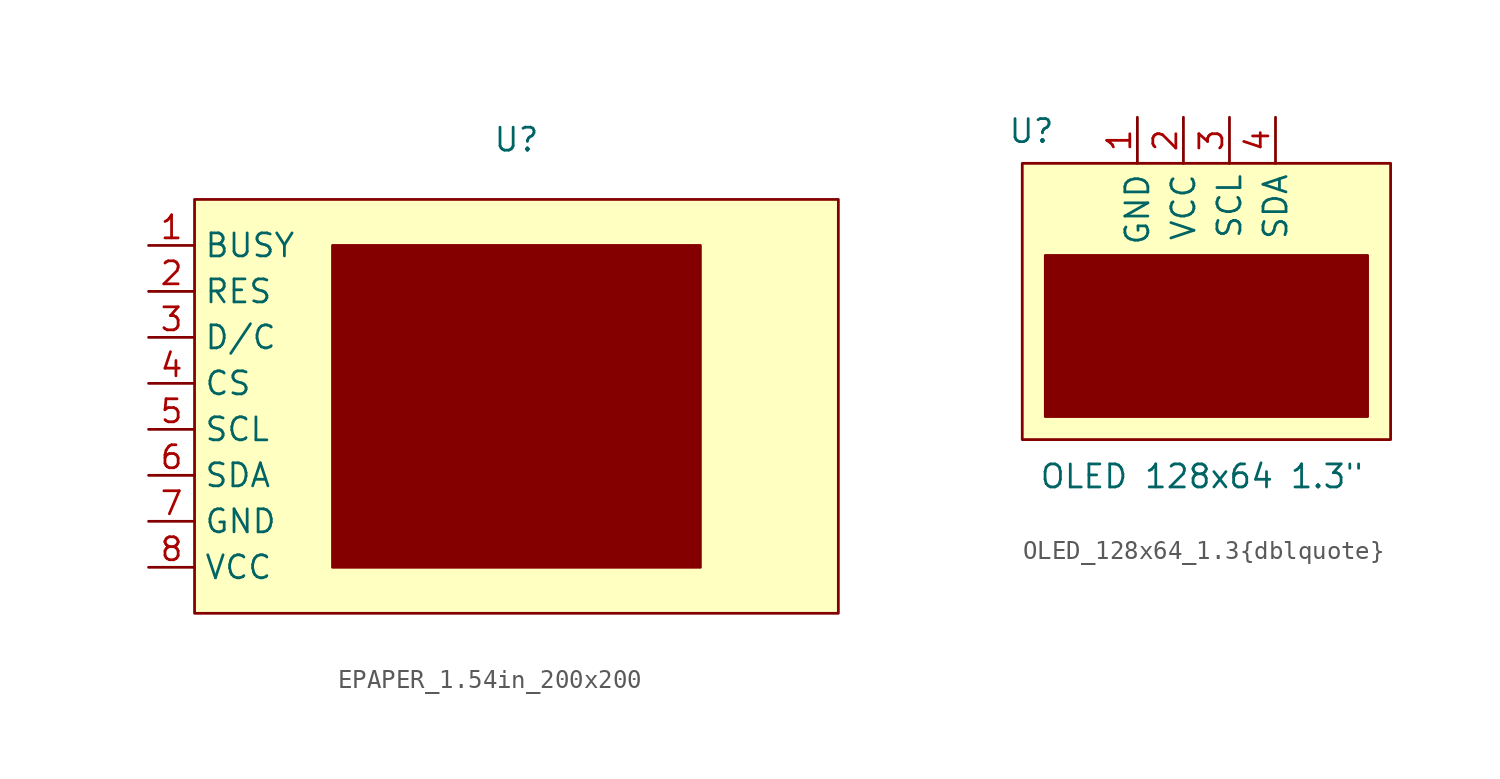
<source format=kicad_sym>
(kicad_symbol_lib
  (version 20231120)
  (generator "kicad_symbol_editor")
  (generator_version "8.0")
  (symbol "EPAPER_1.54in_200x200"
    (property "Reference" "U"
      (at 0 14.732 0)
      (effects (font (size 1.27 1.27))))
    (property "Value" ""
      (at 0 0 0)
      (effects (font (size 1.27 1.27))))
    (symbol "EPAPER_1.54in_200x200_1_1"
      (rectangle (start -17.78 11.43) (end 17.78 -11.43) (stroke (width 0) (type default)) (fill (type background)))
      (rectangle (start -10.16 8.89) (end 10.16 -8.89) (stroke (width 0) (type default)) (fill (type outline)))
      (pin output line (at -20.32 8.89 0) (length 2.54) (name "BUSY" (effects (font (size 1.27 1.27)))) (number "1" (effects (font (size 1.27 1.27)))))
      (pin input line (at -20.32 6.35 0) (length 2.54) (name "RES" (effects (font (size 1.27 1.27)))) (number "2" (effects (font (size 1.27 1.27)))))
      (pin input line (at -20.32 3.81 0) (length 2.54) (name "D/C" (effects (font (size 1.27 1.27)))) (number "3" (effects (font (size 1.27 1.27)))))
      (pin input line (at -20.32 1.27 0) (length 2.54) (name "CS" (effects (font (size 1.27 1.27)))) (number "4" (effects (font (size 1.27 1.27)))))
      (pin input line (at -20.32 -1.27 0) (length 2.54) (name "SCL" (effects (font (size 1.27 1.27)))) (number "5" (effects (font (size 1.27 1.27)))))
      (pin input line (at -20.32 -3.81 0) (length 2.54) (name "SDA" (effects (font (size 1.27 1.27)))) (number "6" (effects (font (size 1.27 1.27)))))
      (pin power_out line (at -20.32 -6.35 0) (length 2.54) (name "GND" (effects (font (size 1.27 1.27)))) (number "7" (effects (font (size 1.27 1.27)))))
      (pin power_in line (at -20.32 -8.89 0) (length 2.54) (name "VCC" (effects (font (size 1.27 1.27)))) (number "8" (effects (font (size 1.27 1.27)))))))
  (symbol "OLED_128x64_1.3{dblquote}"
    (property "Reference" "U"
      (at -9.652 9.398 0)
      (effects (font (size 1.27 1.27))))
    (property "Value" "OLED 128x64 1.3\""
      (at -0.254 -9.652 0)
      (effects (font (size 1.27 1.27))))
    (symbol "OLED_128x64_1.3{dblquote}_1_1"
      (rectangle (start -10.16 7.62) (end 10.16 -7.62) (stroke (width 0) (type default)) (fill (type background)))
      (rectangle (start -8.89 2.54) (end 8.89 -6.35) (stroke (width 0) (type default)) (fill (type outline)))
      (pin power_out line (at -3.81 10.16 270) (length 2.54) (name "GND" (effects (font (size 1.27 1.27)))) (number "1" (effects (font (size 1.27 1.27)))))
      (pin power_in line (at -1.27 10.16 270) (length 2.54) (name "VCC" (effects (font (size 1.27 1.27)))) (number "2" (effects (font (size 1.27 1.27)))))
      (pin input line (at 1.27 10.16 270) (length 2.54) (name "SCL" (effects (font (size 1.27 1.27)))) (number "3" (effects (font (size 1.27 1.27)))))
      (pin bidirectional line (at 3.81 10.16 270) (length 2.54) (name "SDA" (effects (font (size 1.27 1.27)))) (number "4" (effects (font (size 1.27 1.27))))))))
</source>
